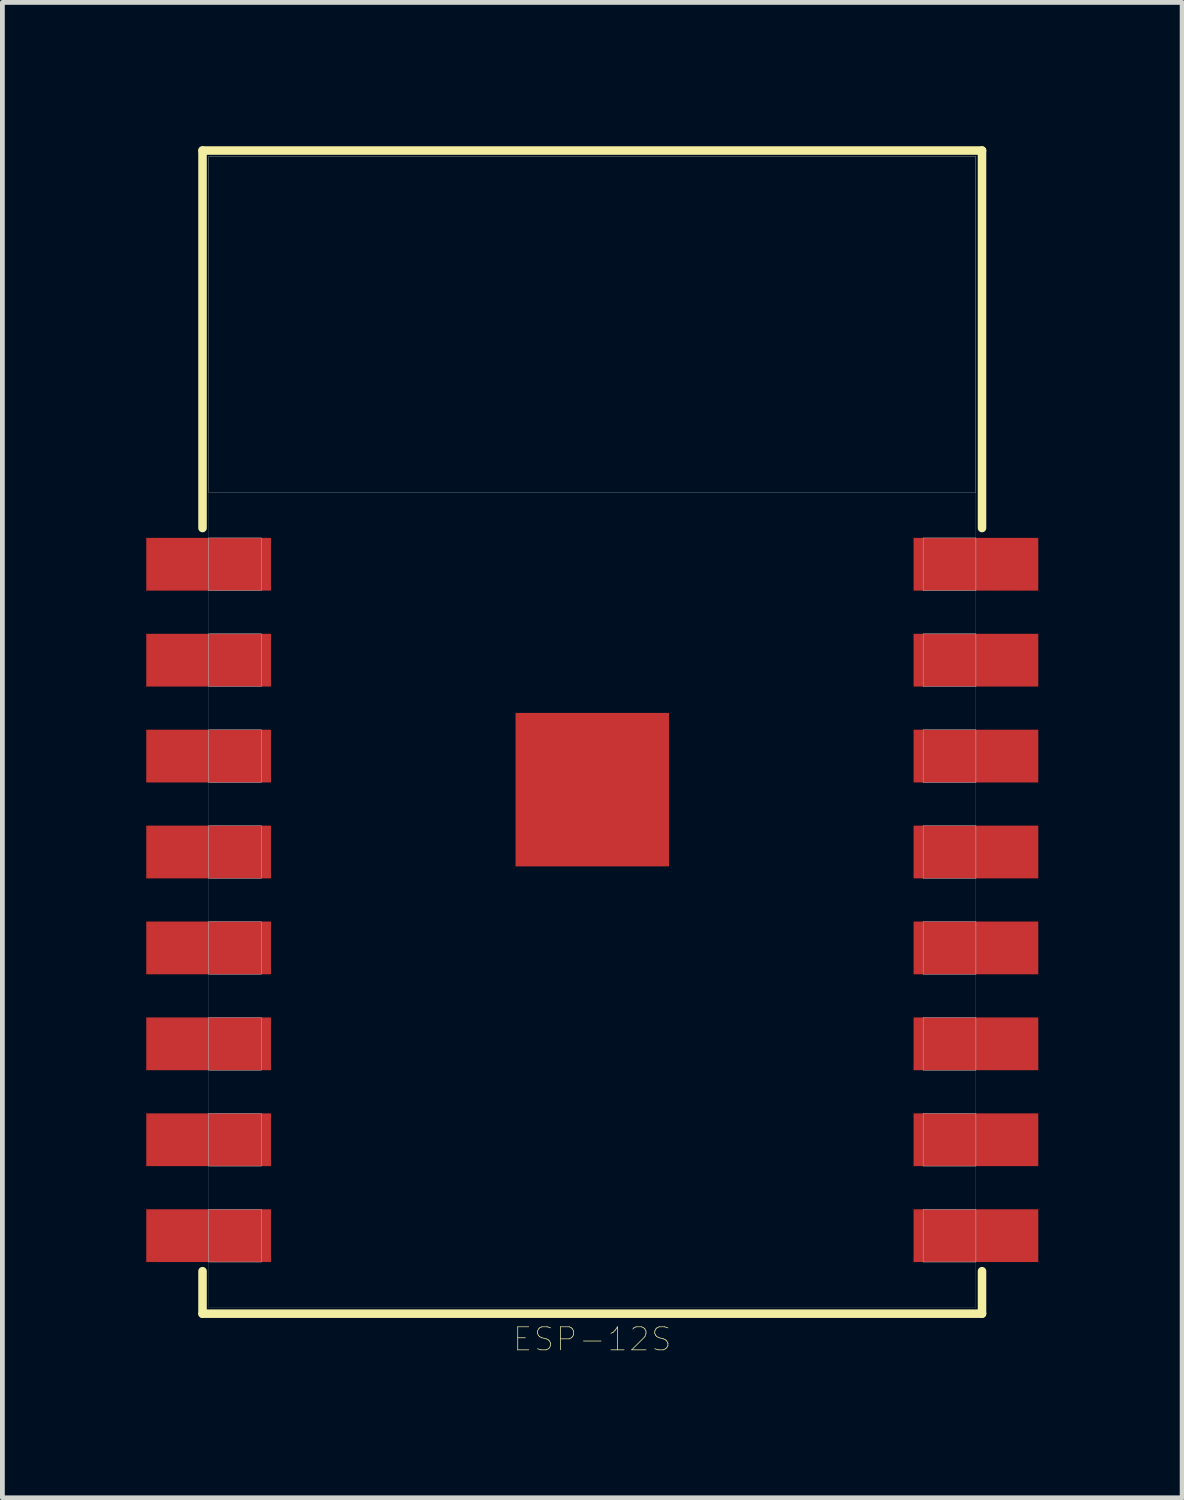
<source format=kicad_pcb>
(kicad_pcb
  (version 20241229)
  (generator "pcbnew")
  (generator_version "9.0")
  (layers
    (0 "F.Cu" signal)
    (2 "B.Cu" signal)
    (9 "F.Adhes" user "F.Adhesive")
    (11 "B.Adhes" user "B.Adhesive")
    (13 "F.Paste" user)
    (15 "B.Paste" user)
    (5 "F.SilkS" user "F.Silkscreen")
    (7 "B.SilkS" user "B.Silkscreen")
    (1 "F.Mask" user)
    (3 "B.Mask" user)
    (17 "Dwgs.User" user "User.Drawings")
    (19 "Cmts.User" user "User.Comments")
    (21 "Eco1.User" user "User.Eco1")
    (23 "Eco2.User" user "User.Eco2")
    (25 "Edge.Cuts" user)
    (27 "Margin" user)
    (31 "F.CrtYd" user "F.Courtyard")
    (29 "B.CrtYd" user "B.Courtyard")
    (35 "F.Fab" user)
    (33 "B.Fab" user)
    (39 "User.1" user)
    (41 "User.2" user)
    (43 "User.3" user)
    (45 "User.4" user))
  (footprint "ESP-12S"
    (layer "F.Cu")
    (at 9.3 12.216)
    (property "Reference" "ESP-12S" (at 0 12.659 0) (layer "F.SilkS") (effects (font (size 0.48 0.48) (thickness 0.015))))
    (attr through_hole)
    (fp_line (start -8.127 -12.127) (end 8.127 -12.127) (stroke (width 0.178) (type solid)) (layer "F.SilkS"))
    (fp_line (start -8.127 -4.256) (end -8.127 -12.127) (stroke (width 0.178) (type solid)) (layer "F.SilkS"))
    (fp_line (start -8.127 12.127) (end -8.127 11.241) (stroke (width 0.178) (type solid)) (layer "F.SilkS"))
    (fp_line (start 8.127 -12.127) (end 8.127 -4.256) (stroke (width 0.178) (type solid)) (layer "F.SilkS"))
    (fp_line (start 8.127 11.241) (end 8.127 12.127) (stroke (width 0.178) (type solid)) (layer "F.SilkS"))
    (fp_line (start 8.127 12.127) (end -8.127 12.127) (stroke (width 0.178) (type solid)) (layer "F.SilkS"))
    (fp_poly (pts (xy -1.016 0.159) (xy 0.984 0.159) (xy 0.984 2.159) (xy -1.016 2.159)) (stroke (width 0.01) (type solid)) (fill yes) (layer "F.Paste"))
    (fp_poly (pts (xy -8 -5) (xy 8 -5) (xy 8 -12) (xy -8 -12)) (stroke (width 0.003) (type solid)) (fill no) (layer "Dwgs.User"))
    (fp_poly (pts (xy 8 -5) (xy -8 -5) (xy -8 -12) (xy 8 -12)) (stroke (width 0.003) (type solid)) (fill no) (layer "Dwgs.User"))
    (fp_line (start -8 -12) (end 8 -12) (stroke (width 0.003) (type solid)) (layer "F.Fab"))
    (fp_line (start -8 12) (end -8 -12) (stroke (width 0.003) (type solid)) (layer "F.Fab"))
    (fp_line (start 8 -12) (end 8 12) (stroke (width 0.003) (type solid)) (layer "F.Fab"))
    (fp_line (start 8 12) (end -8 12) (stroke (width 0.003) (type solid)) (layer "F.Fab"))
    (fp_poly (pts (xy -8 -4.05) (xy -6.9 -4.05) (xy -6.9 -2.95) (xy -8 -2.95)) (stroke (width 0.01) (type solid)) (fill no) (layer "F.Fab"))
    (fp_poly (pts (xy -8 -2.05) (xy -6.9 -2.05) (xy -6.9 -0.95) (xy -8 -0.95)) (stroke (width 0.01) (type solid)) (fill no) (layer "F.Fab"))
    (fp_poly (pts (xy -8 -0.05) (xy -6.9 -0.05) (xy -6.9 1.05) (xy -8 1.05)) (stroke (width 0.01) (type solid)) (fill no) (layer "F.Fab"))
    (fp_poly (pts (xy -8 1.95) (xy -6.9 1.95) (xy -6.9 3.05) (xy -8 3.05)) (stroke (width 0.01) (type solid)) (fill no) (layer "F.Fab"))
    (fp_poly (pts (xy -8 3.95) (xy -6.9 3.95) (xy -6.9 5.05) (xy -8 5.05)) (stroke (width 0.01) (type solid)) (fill no) (layer "F.Fab"))
    (fp_poly (pts (xy -8 5.95) (xy -6.9 5.95) (xy -6.9 7.05) (xy -8 7.05)) (stroke (width 0.01) (type solid)) (fill no) (layer "F.Fab"))
    (fp_poly (pts (xy -8 7.95) (xy -6.9 7.95) (xy -6.9 9.05) (xy -8 9.05)) (stroke (width 0.01) (type solid)) (fill no) (layer "F.Fab"))
    (fp_poly (pts (xy -8 9.95) (xy -6.9 9.95) (xy -6.9 11.05) (xy -8 11.05)) (stroke (width 0.01) (type solid)) (fill no) (layer "F.Fab"))
    (fp_poly (pts (xy 6.9 -4.05) (xy 8 -4.05) (xy 8 -2.95) (xy 6.9 -2.95)) (stroke (width 0.01) (type solid)) (fill no) (layer "F.Fab"))
    (fp_poly (pts (xy 6.9 -2.05) (xy 8 -2.05) (xy 8 -0.95) (xy 6.9 -0.95)) (stroke (width 0.01) (type solid)) (fill no) (layer "F.Fab"))
    (fp_poly (pts (xy 6.9 -0.05) (xy 8 -0.05) (xy 8 1.05) (xy 6.9 1.05)) (stroke (width 0.01) (type solid)) (fill no) (layer "F.Fab"))
    (fp_poly (pts (xy 6.9 1.95) (xy 8 1.95) (xy 8 3.05) (xy 6.9 3.05)) (stroke (width 0.01) (type solid)) (fill no) (layer "F.Fab"))
    (fp_poly (pts (xy 6.9 3.95) (xy 8 3.95) (xy 8 5.05) (xy 6.9 5.05)) (stroke (width 0.01) (type solid)) (fill no) (layer "F.Fab"))
    (fp_poly (pts (xy 6.9 5.95) (xy 8 5.95) (xy 8 7.05) (xy 6.9 7.05)) (stroke (width 0.01) (type solid)) (fill no) (layer "F.Fab"))
    (fp_poly (pts (xy 6.9 7.95) (xy 8 7.95) (xy 8 9.05) (xy 6.9 9.05)) (stroke (width 0.01) (type solid)) (fill no) (layer "F.Fab"))
    (fp_poly (pts (xy 6.9 9.95) (xy 8 9.95) (xy 8 11.05) (xy 6.9 11.05)) (stroke (width 0.01) (type solid)) (fill no) (layer "F.Fab"))
    (pad "1" smd rect (at -8 -3.5) (size 2.6 1.1) (layers "F.Cu" "F.Mask" "F.Paste"))
    (pad "2" smd rect (at -8 -1.5) (size 2.6 1.1) (layers "F.Cu" "F.Mask" "F.Paste"))
    (pad "3" smd rect (at -8 0.5) (size 2.6 1.1) (layers "F.Cu" "F.Mask" "F.Paste"))
    (pad "4" smd rect (at -8 2.5) (size 2.6 1.1) (layers "F.Cu" "F.Mask" "F.Paste"))
    (pad "5" smd rect (at -8 4.5) (size 2.6 1.1) (layers "F.Cu" "F.Mask" "F.Paste"))
    (pad "6" smd rect (at -8 6.5) (size 2.6 1.1) (layers "F.Cu" "F.Mask" "F.Paste"))
    (pad "7" smd rect (at -8 8.5) (size 2.6 1.1) (layers "F.Cu" "F.Mask" "F.Paste"))
    (pad "8" smd rect (at -8 10.5) (size 2.6 1.1) (layers "F.Cu" "F.Mask" "F.Paste"))
    (pad "9" smd rect (at 8 10.5) (size 2.6 1.1) (layers "F.Cu" "F.Mask" "F.Paste"))
    (pad "10" smd rect (at 8 8.5) (size 2.6 1.1) (layers "F.Cu" "F.Mask" "F.Paste"))
    (pad "11" smd rect (at 8 6.5) (size 2.6 1.1) (layers "F.Cu" "F.Mask" "F.Paste"))
    (pad "12" smd rect (at 8 4.5) (size 2.6 1.1) (layers "F.Cu" "F.Mask" "F.Paste"))
    (pad "13" smd rect (at 8 2.5) (size 2.6 1.1) (layers "F.Cu" "F.Mask" "F.Paste"))
    (pad "14" smd rect (at 8 0.5) (size 2.6 1.1) (layers "F.Cu" "F.Mask" "F.Paste"))
    (pad "15" smd rect (at 8 -1.5) (size 2.6 1.1) (layers "F.Cu" "F.Mask" "F.Paste"))
    (pad "16" smd rect (at 8 -3.5) (size 2.6 1.1) (layers "F.Cu" "F.Mask" "F.Paste"))
    (pad "P$1" smd rect (at 0 1.2) (size 3.2 3.2) (layers "F.Cu" "F.Mask")))
  (gr_rect
    (start -3 -3)
    (end 21.6 28.182)
    (stroke (width 0.1) (type default))
    (fill no)
    (layer "Edge.Cuts")))
</source>
